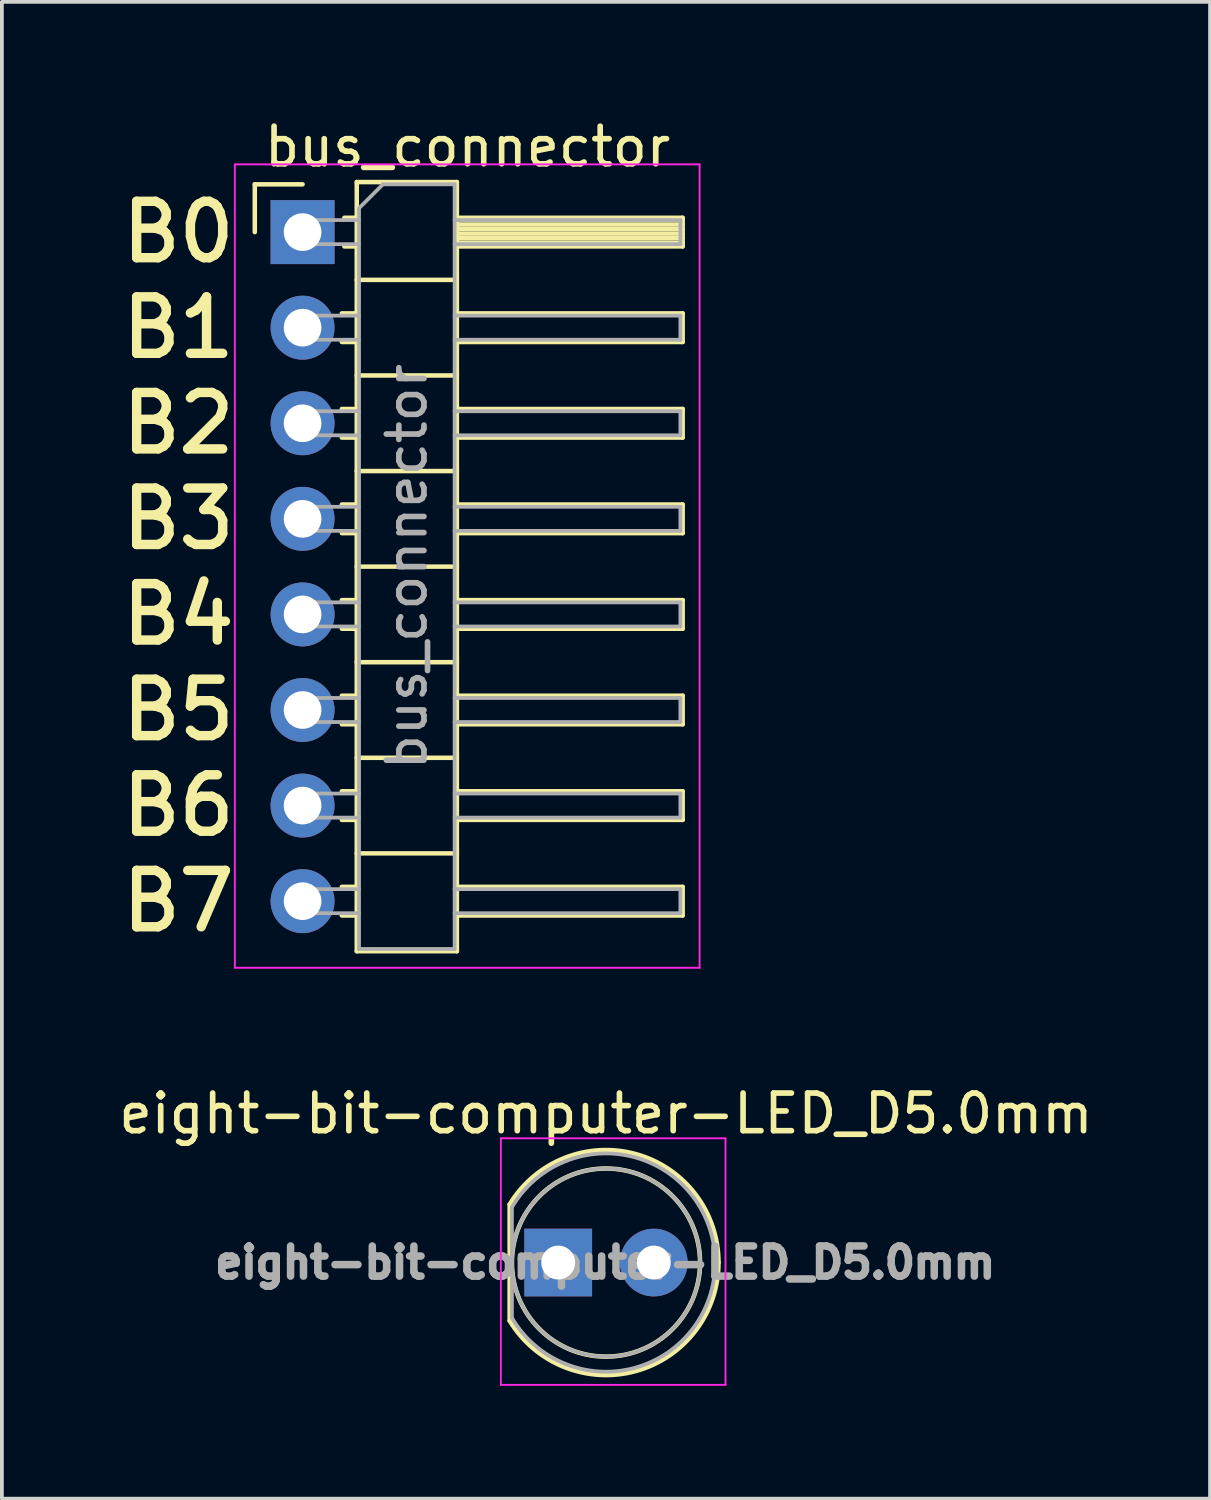
<source format=kicad_pcb>
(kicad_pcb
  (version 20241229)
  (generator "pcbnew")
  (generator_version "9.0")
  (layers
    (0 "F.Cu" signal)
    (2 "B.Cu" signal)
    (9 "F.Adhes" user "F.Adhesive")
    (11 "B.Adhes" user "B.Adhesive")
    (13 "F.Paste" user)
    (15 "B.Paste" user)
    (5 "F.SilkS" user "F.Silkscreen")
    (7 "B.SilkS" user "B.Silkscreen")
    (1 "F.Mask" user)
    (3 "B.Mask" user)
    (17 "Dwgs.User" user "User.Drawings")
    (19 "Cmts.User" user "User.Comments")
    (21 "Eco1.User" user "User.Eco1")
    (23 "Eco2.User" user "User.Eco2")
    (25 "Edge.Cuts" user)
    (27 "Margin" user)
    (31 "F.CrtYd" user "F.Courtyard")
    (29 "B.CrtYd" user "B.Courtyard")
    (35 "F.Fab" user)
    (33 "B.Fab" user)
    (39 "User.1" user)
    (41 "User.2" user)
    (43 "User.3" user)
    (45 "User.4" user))
  (footprint "eight-bit-computer-LED_D5.0mm"
    (layer "F.Cu")
    (at 11.784 30.502)
    (property "Reference" "eight-bit-computer-LED_D5.0mm" (at 1.27 -3.96 0) (layer "F.SilkS") (effects (font (size 1 1) (thickness 0.15))))
    (attr through_hole)
    (fp_line (start -1.29 -1.545) (end -1.29 1.545) (stroke (width 0.12) (type solid)) (layer "F.SilkS"))
    (fp_arc (start -1.29 -1.54483) (mid 2.072002 -2.880433) (end 4.26 0.000462) (stroke (width 0.12) (type solid)) (layer "F.SilkS"))
    (fp_arc (start 4.26 -0.000462) (mid 2.072002 2.880433) (end -1.29 1.54483) (stroke (width 0.12) (type solid)) (layer "F.SilkS"))
    (fp_circle (center 1.27 0) (end 3.77 0) (stroke (width 0.12) (type solid)) (fill no) (layer "F.SilkS"))
    (fp_line (start -1.524 -3.302) (end -1.524 3.25) (stroke (width 0.05) (type solid)) (layer "F.CrtYd"))
    (fp_line (start -1.524 3.25) (end 4.445 3.25) (stroke (width 0.05) (type solid)) (layer "F.CrtYd"))
    (fp_line (start 4.445 -3.302) (end -1.524 -3.302) (stroke (width 0.05) (type solid)) (layer "F.CrtYd"))
    (fp_line (start 4.445 3.25) (end 4.445 -3.302) (stroke (width 0.05) (type solid)) (layer "F.CrtYd"))
    (fp_line (start -1.23 -1.47) (end -1.23 1.47) (stroke (width 0.1) (type solid)) (layer "F.Fab"))
    (fp_arc (start -1.23 -1.469694) (mid 4.17 0.000016) (end -1.230016 1.469666) (stroke (width 0.1) (type solid)) (layer "F.Fab"))
    (fp_circle (center 1.27 0) (end 3.77 0) (stroke (width 0.1) (type solid)) (fill no) (layer "F.Fab"))
    (fp_text user "${REFERENCE}" (at 1.25 0 0) (layer "F.Fab") (effects (font (size 0.8 0.8) (thickness 0.2))))
    (pad "1" thru_hole rect (at 0 0) (size 1.8 1.8) (drill 0.9) (layers "*.Cu" "*.Mask"))
    (pad "2" thru_hole circle (at 2.54 0) (size 1.8 1.8) (drill 0.9) (layers "*.Cu" "*.Mask")))
  (footprint "bus_connector"
    (layer "F.Cu")
    (at 4.991 3.118)
    (property "Reference" "bus_connector" (at 4.385 -2.27 0) (layer "F.SilkS") (effects (font (size 1 1) (thickness 0.15))))
    (attr through_hole)
    (fp_line (start -1.27 -1.27) (end 0 -1.27) (stroke (width 0.12) (type solid)) (layer "F.SilkS"))
    (fp_line (start -1.27 0) (end -1.27 -1.27) (stroke (width 0.12) (type solid)) (layer "F.SilkS"))
    (fp_line (start 1.043 2.16) (end 1.44 2.16) (stroke (width 0.12) (type solid)) (layer "F.SilkS"))
    (fp_line (start 1.043 2.92) (end 1.44 2.92) (stroke (width 0.12) (type solid)) (layer "F.SilkS"))
    (fp_line (start 1.043 4.7) (end 1.44 4.7) (stroke (width 0.12) (type solid)) (layer "F.SilkS"))
    (fp_line (start 1.043 5.46) (end 1.44 5.46) (stroke (width 0.12) (type solid)) (layer "F.SilkS"))
    (fp_line (start 1.043 7.24) (end 1.44 7.24) (stroke (width 0.12) (type solid)) (layer "F.SilkS"))
    (fp_line (start 1.043 8) (end 1.44 8) (stroke (width 0.12) (type solid)) (layer "F.SilkS"))
    (fp_line (start 1.043 9.78) (end 1.44 9.78) (stroke (width 0.12) (type solid)) (layer "F.SilkS"))
    (fp_line (start 1.043 10.54) (end 1.44 10.54) (stroke (width 0.12) (type solid)) (layer "F.SilkS"))
    (fp_line (start 1.043 12.32) (end 1.44 12.32) (stroke (width 0.12) (type solid)) (layer "F.SilkS"))
    (fp_line (start 1.043 13.08) (end 1.44 13.08) (stroke (width 0.12) (type solid)) (layer "F.SilkS"))
    (fp_line (start 1.043 14.86) (end 1.44 14.86) (stroke (width 0.12) (type solid)) (layer "F.SilkS"))
    (fp_line (start 1.043 15.62) (end 1.44 15.62) (stroke (width 0.12) (type solid)) (layer "F.SilkS"))
    (fp_line (start 1.043 17.4) (end 1.44 17.4) (stroke (width 0.12) (type solid)) (layer "F.SilkS"))
    (fp_line (start 1.043 18.16) (end 1.44 18.16) (stroke (width 0.12) (type solid)) (layer "F.SilkS"))
    (fp_line (start 1.11 -0.38) (end 1.44 -0.38) (stroke (width 0.12) (type solid)) (layer "F.SilkS"))
    (fp_line (start 1.11 0.38) (end 1.44 0.38) (stroke (width 0.12) (type solid)) (layer "F.SilkS"))
    (fp_line (start 1.44 -1.33) (end 1.44 19.11) (stroke (width 0.12) (type solid)) (layer "F.SilkS"))
    (fp_line (start 1.44 1.27) (end 4.1 1.27) (stroke (width 0.12) (type solid)) (layer "F.SilkS"))
    (fp_line (start 1.44 3.81) (end 4.1 3.81) (stroke (width 0.12) (type solid)) (layer "F.SilkS"))
    (fp_line (start 1.44 6.35) (end 4.1 6.35) (stroke (width 0.12) (type solid)) (layer "F.SilkS"))
    (fp_line (start 1.44 8.89) (end 4.1 8.89) (stroke (width 0.12) (type solid)) (layer "F.SilkS"))
    (fp_line (start 1.44 11.43) (end 4.1 11.43) (stroke (width 0.12) (type solid)) (layer "F.SilkS"))
    (fp_line (start 1.44 13.97) (end 4.1 13.97) (stroke (width 0.12) (type solid)) (layer "F.SilkS"))
    (fp_line (start 1.44 16.51) (end 4.1 16.51) (stroke (width 0.12) (type solid)) (layer "F.SilkS"))
    (fp_line (start 1.44 19.11) (end 4.1 19.11) (stroke (width 0.12) (type solid)) (layer "F.SilkS"))
    (fp_line (start 4.1 -1.33) (end 1.44 -1.33) (stroke (width 0.12) (type solid)) (layer "F.SilkS"))
    (fp_line (start 4.1 -0.38) (end 10.1 -0.38) (stroke (width 0.12) (type solid)) (layer "F.SilkS"))
    (fp_line (start 4.1 -0.32) (end 10.1 -0.32) (stroke (width 0.12) (type solid)) (layer "F.SilkS"))
    (fp_line (start 4.1 -0.2) (end 10.1 -0.2) (stroke (width 0.12) (type solid)) (layer "F.SilkS"))
    (fp_line (start 4.1 -0.08) (end 10.1 -0.08) (stroke (width 0.12) (type solid)) (layer "F.SilkS"))
    (fp_line (start 4.1 0.04) (end 10.1 0.04) (stroke (width 0.12) (type solid)) (layer "F.SilkS"))
    (fp_line (start 4.1 0.16) (end 10.1 0.16) (stroke (width 0.12) (type solid)) (layer "F.SilkS"))
    (fp_line (start 4.1 0.28) (end 10.1 0.28) (stroke (width 0.12) (type solid)) (layer "F.SilkS"))
    (fp_line (start 4.1 2.16) (end 10.1 2.16) (stroke (width 0.12) (type solid)) (layer "F.SilkS"))
    (fp_line (start 4.1 4.7) (end 10.1 4.7) (stroke (width 0.12) (type solid)) (layer "F.SilkS"))
    (fp_line (start 4.1 7.24) (end 10.1 7.24) (stroke (width 0.12) (type solid)) (layer "F.SilkS"))
    (fp_line (start 4.1 9.78) (end 10.1 9.78) (stroke (width 0.12) (type solid)) (layer "F.SilkS"))
    (fp_line (start 4.1 12.32) (end 10.1 12.32) (stroke (width 0.12) (type solid)) (layer "F.SilkS"))
    (fp_line (start 4.1 14.86) (end 10.1 14.86) (stroke (width 0.12) (type solid)) (layer "F.SilkS"))
    (fp_line (start 4.1 17.4) (end 10.1 17.4) (stroke (width 0.12) (type solid)) (layer "F.SilkS"))
    (fp_line (start 4.1 19.11) (end 4.1 -1.33) (stroke (width 0.12) (type solid)) (layer "F.SilkS"))
    (fp_line (start 10.1 -0.38) (end 10.1 0.38) (stroke (width 0.12) (type solid)) (layer "F.SilkS"))
    (fp_line (start 10.1 0.38) (end 4.1 0.38) (stroke (width 0.12) (type solid)) (layer "F.SilkS"))
    (fp_line (start 10.1 2.16) (end 10.1 2.92) (stroke (width 0.12) (type solid)) (layer "F.SilkS"))
    (fp_line (start 10.1 2.92) (end 4.1 2.92) (stroke (width 0.12) (type solid)) (layer "F.SilkS"))
    (fp_line (start 10.1 4.7) (end 10.1 5.46) (stroke (width 0.12) (type solid)) (layer "F.SilkS"))
    (fp_line (start 10.1 5.46) (end 4.1 5.46) (stroke (width 0.12) (type solid)) (layer "F.SilkS"))
    (fp_line (start 10.1 7.24) (end 10.1 8) (stroke (width 0.12) (type solid)) (layer "F.SilkS"))
    (fp_line (start 10.1 8) (end 4.1 8) (stroke (width 0.12) (type solid)) (layer "F.SilkS"))
    (fp_line (start 10.1 9.78) (end 10.1 10.54) (stroke (width 0.12) (type solid)) (layer "F.SilkS"))
    (fp_line (start 10.1 10.54) (end 4.1 10.54) (stroke (width 0.12) (type solid)) (layer "F.SilkS"))
    (fp_line (start 10.1 12.32) (end 10.1 13.08) (stroke (width 0.12) (type solid)) (layer "F.SilkS"))
    (fp_line (start 10.1 13.08) (end 4.1 13.08) (stroke (width 0.12) (type solid)) (layer "F.SilkS"))
    (fp_line (start 10.1 14.86) (end 10.1 15.62) (stroke (width 0.12) (type solid)) (layer "F.SilkS"))
    (fp_line (start 10.1 15.62) (end 4.1 15.62) (stroke (width 0.12) (type solid)) (layer "F.SilkS"))
    (fp_line (start 10.1 17.4) (end 10.1 18.16) (stroke (width 0.12) (type solid)) (layer "F.SilkS"))
    (fp_line (start 10.1 18.16) (end 4.1 18.16) (stroke (width 0.12) (type solid)) (layer "F.SilkS"))
    (fp_line (start -1.8 -1.8) (end -1.8 19.55) (stroke (width 0.05) (type solid)) (layer "F.CrtYd"))
    (fp_line (start -1.8 19.55) (end 10.55 19.55) (stroke (width 0.05) (type solid)) (layer "F.CrtYd"))
    (fp_line (start 10.55 -1.8) (end -1.8 -1.8) (stroke (width 0.05) (type solid)) (layer "F.CrtYd"))
    (fp_line (start 10.55 19.55) (end 10.55 -1.8) (stroke (width 0.05) (type solid)) (layer "F.CrtYd"))
    (fp_line (start -0.32 -0.32) (end -0.32 0.32) (stroke (width 0.1) (type solid)) (layer "F.Fab"))
    (fp_line (start -0.32 -0.32) (end 1.5 -0.32) (stroke (width 0.1) (type solid)) (layer "F.Fab"))
    (fp_line (start -0.32 0.32) (end 1.5 0.32) (stroke (width 0.1) (type solid)) (layer "F.Fab"))
    (fp_line (start -0.32 2.22) (end -0.32 2.86) (stroke (width 0.1) (type solid)) (layer "F.Fab"))
    (fp_line (start -0.32 2.22) (end 1.5 2.22) (stroke (width 0.1) (type solid)) (layer "F.Fab"))
    (fp_line (start -0.32 2.86) (end 1.5 2.86) (stroke (width 0.1) (type solid)) (layer "F.Fab"))
    (fp_line (start -0.32 4.76) (end -0.32 5.4) (stroke (width 0.1) (type solid)) (layer "F.Fab"))
    (fp_line (start -0.32 4.76) (end 1.5 4.76) (stroke (width 0.1) (type solid)) (layer "F.Fab"))
    (fp_line (start -0.32 5.4) (end 1.5 5.4) (stroke (width 0.1) (type solid)) (layer "F.Fab"))
    (fp_line (start -0.32 7.3) (end -0.32 7.94) (stroke (width 0.1) (type solid)) (layer "F.Fab"))
    (fp_line (start -0.32 7.3) (end 1.5 7.3) (stroke (width 0.1) (type solid)) (layer "F.Fab"))
    (fp_line (start -0.32 7.94) (end 1.5 7.94) (stroke (width 0.1) (type solid)) (layer "F.Fab"))
    (fp_line (start -0.32 9.84) (end -0.32 10.48) (stroke (width 0.1) (type solid)) (layer "F.Fab"))
    (fp_line (start -0.32 9.84) (end 1.5 9.84) (stroke (width 0.1) (type solid)) (layer "F.Fab"))
    (fp_line (start -0.32 10.48) (end 1.5 10.48) (stroke (width 0.1) (type solid)) (layer "F.Fab"))
    (fp_line (start -0.32 12.38) (end -0.32 13.02) (stroke (width 0.1) (type solid)) (layer "F.Fab"))
    (fp_line (start -0.32 12.38) (end 1.5 12.38) (stroke (width 0.1) (type solid)) (layer "F.Fab"))
    (fp_line (start -0.32 13.02) (end 1.5 13.02) (stroke (width 0.1) (type solid)) (layer "F.Fab"))
    (fp_line (start -0.32 14.92) (end -0.32 15.56) (stroke (width 0.1) (type solid)) (layer "F.Fab"))
    (fp_line (start -0.32 14.92) (end 1.5 14.92) (stroke (width 0.1) (type solid)) (layer "F.Fab"))
    (fp_line (start -0.32 15.56) (end 1.5 15.56) (stroke (width 0.1) (type solid)) (layer "F.Fab"))
    (fp_line (start -0.32 17.46) (end -0.32 18.1) (stroke (width 0.1) (type solid)) (layer "F.Fab"))
    (fp_line (start -0.32 17.46) (end 1.5 17.46) (stroke (width 0.1) (type solid)) (layer "F.Fab"))
    (fp_line (start -0.32 18.1) (end 1.5 18.1) (stroke (width 0.1) (type solid)) (layer "F.Fab"))
    (fp_line (start 1.5 -0.635) (end 2.135 -1.27) (stroke (width 0.1) (type solid)) (layer "F.Fab"))
    (fp_line (start 1.5 19.05) (end 1.5 -0.635) (stroke (width 0.1) (type solid)) (layer "F.Fab"))
    (fp_line (start 2.135 -1.27) (end 4.04 -1.27) (stroke (width 0.1) (type solid)) (layer "F.Fab"))
    (fp_line (start 4.04 -1.27) (end 4.04 19.05) (stroke (width 0.1) (type solid)) (layer "F.Fab"))
    (fp_line (start 4.04 -0.32) (end 10.04 -0.32) (stroke (width 0.1) (type solid)) (layer "F.Fab"))
    (fp_line (start 4.04 0.32) (end 10.04 0.32) (stroke (width 0.1) (type solid)) (layer "F.Fab"))
    (fp_line (start 4.04 2.22) (end 10.04 2.22) (stroke (width 0.1) (type solid)) (layer "F.Fab"))
    (fp_line (start 4.04 2.86) (end 10.04 2.86) (stroke (width 0.1) (type solid)) (layer "F.Fab"))
    (fp_line (start 4.04 4.76) (end 10.04 4.76) (stroke (width 0.1) (type solid)) (layer "F.Fab"))
    (fp_line (start 4.04 5.4) (end 10.04 5.4) (stroke (width 0.1) (type solid)) (layer "F.Fab"))
    (fp_line (start 4.04 7.3) (end 10.04 7.3) (stroke (width 0.1) (type solid)) (layer "F.Fab"))
    (fp_line (start 4.04 7.94) (end 10.04 7.94) (stroke (width 0.1) (type solid)) (layer "F.Fab"))
    (fp_line (start 4.04 9.84) (end 10.04 9.84) (stroke (width 0.1) (type solid)) (layer "F.Fab"))
    (fp_line (start 4.04 10.48) (end 10.04 10.48) (stroke (width 0.1) (type solid)) (layer "F.Fab"))
    (fp_line (start 4.04 12.38) (end 10.04 12.38) (stroke (width 0.1) (type solid)) (layer "F.Fab"))
    (fp_line (start 4.04 13.02) (end 10.04 13.02) (stroke (width 0.1) (type solid)) (layer "F.Fab"))
    (fp_line (start 4.04 14.92) (end 10.04 14.92) (stroke (width 0.1) (type solid)) (layer "F.Fab"))
    (fp_line (start 4.04 15.56) (end 10.04 15.56) (stroke (width 0.1) (type solid)) (layer "F.Fab"))
    (fp_line (start 4.04 17.46) (end 10.04 17.46) (stroke (width 0.1) (type solid)) (layer "F.Fab"))
    (fp_line (start 4.04 18.1) (end 10.04 18.1) (stroke (width 0.1) (type solid)) (layer "F.Fab"))
    (fp_line (start 4.04 19.05) (end 1.5 19.05) (stroke (width 0.1) (type solid)) (layer "F.Fab"))
    (fp_line (start 10.04 -0.32) (end 10.04 0.32) (stroke (width 0.1) (type solid)) (layer "F.Fab"))
    (fp_line (start 10.04 2.22) (end 10.04 2.86) (stroke (width 0.1) (type solid)) (layer "F.Fab"))
    (fp_line (start 10.04 4.76) (end 10.04 5.4) (stroke (width 0.1) (type solid)) (layer "F.Fab"))
    (fp_line (start 10.04 7.3) (end 10.04 7.94) (stroke (width 0.1) (type solid)) (layer "F.Fab"))
    (fp_line (start 10.04 9.84) (end 10.04 10.48) (stroke (width 0.1) (type solid)) (layer "F.Fab"))
    (fp_line (start 10.04 12.38) (end 10.04 13.02) (stroke (width 0.1) (type solid)) (layer "F.Fab"))
    (fp_line (start 10.04 14.92) (end 10.04 15.56) (stroke (width 0.1) (type solid)) (layer "F.Fab"))
    (fp_line (start 10.04 17.46) (end 10.04 18.1) (stroke (width 0.1) (type solid)) (layer "F.Fab"))
    (fp_text user "B1" (at -3.302 2.54 0) (layer "F.SilkS") (effects (font (size 1.5 1.5) (thickness 0.25))))
    (fp_text user "B3" (at -3.302 7.62 0) (layer "F.SilkS") (effects (font (size 1.5 1.5) (thickness 0.25))))
    (fp_text user "B4" (at -3.302 10.16 0) (layer "F.SilkS") (effects (font (size 1.5 1.5) (thickness 0.25))))
    (fp_text user "B5" (at -3.302 12.7 0) (layer "F.SilkS") (effects (font (size 1.5 1.5) (thickness 0.25))))
    (fp_text user "B0" (at -3.302 0 0) (layer "F.SilkS") (effects (font (size 1.5 1.5) (thickness 0.25))))
    (fp_text user "B6" (at -3.302 15.24 0) (layer "F.SilkS") (effects (font (size 1.5 1.5) (thickness 0.25))))
    (fp_text user "B2" (at -3.302 5.08 0) (layer "F.SilkS") (effects (font (size 1.5 1.5) (thickness 0.25))))
    (fp_text user "B7" (at -3.302 17.78 0) (layer "F.SilkS") (effects (font (size 1.5 1.5) (thickness 0.25))))
    (fp_text user "${REFERENCE}" (at 2.77 8.89 90) (layer "F.Fab") (effects (font (size 1 1) (thickness 0.15))))
    (pad "1" thru_hole rect (at 0 0) (size 1.7 1.7) (drill 1) (layers "*.Cu" "*.Mask"))
    (pad "2" thru_hole oval (at 0 2.54) (size 1.7 1.7) (drill 1) (layers "*.Cu" "*.Mask"))
    (pad "3" thru_hole oval (at 0 5.08) (size 1.7 1.7) (drill 1) (layers "*.Cu" "*.Mask"))
    (pad "4" thru_hole oval (at 0 7.62) (size 1.7 1.7) (drill 1) (layers "*.Cu" "*.Mask"))
    (pad "5" thru_hole oval (at 0 10.16) (size 1.7 1.7) (drill 1) (layers "*.Cu" "*.Mask"))
    (pad "6" thru_hole oval (at 0 12.7) (size 1.7 1.7) (drill 1) (layers "*.Cu" "*.Mask"))
    (pad "7" thru_hole oval (at 0 15.24) (size 1.7 1.7) (drill 1) (layers "*.Cu" "*.Mask"))
    (pad "8" thru_hole oval (at 0 17.78) (size 1.7 1.7) (drill 1) (layers "*.Cu" "*.Mask")))
  (gr_rect
    (start -3 -3)
    (end 29.107 36.776)
    (stroke (width 0.1) (type default))
    (fill no)
    (layer "Edge.Cuts")))
</source>
